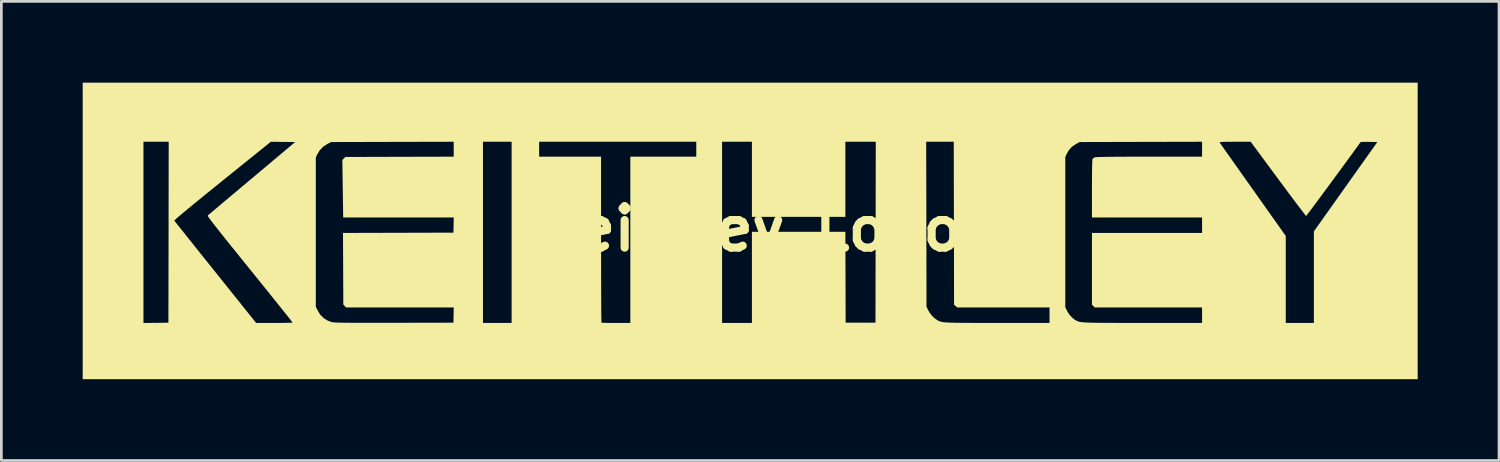
<source format=kicad_pcb>
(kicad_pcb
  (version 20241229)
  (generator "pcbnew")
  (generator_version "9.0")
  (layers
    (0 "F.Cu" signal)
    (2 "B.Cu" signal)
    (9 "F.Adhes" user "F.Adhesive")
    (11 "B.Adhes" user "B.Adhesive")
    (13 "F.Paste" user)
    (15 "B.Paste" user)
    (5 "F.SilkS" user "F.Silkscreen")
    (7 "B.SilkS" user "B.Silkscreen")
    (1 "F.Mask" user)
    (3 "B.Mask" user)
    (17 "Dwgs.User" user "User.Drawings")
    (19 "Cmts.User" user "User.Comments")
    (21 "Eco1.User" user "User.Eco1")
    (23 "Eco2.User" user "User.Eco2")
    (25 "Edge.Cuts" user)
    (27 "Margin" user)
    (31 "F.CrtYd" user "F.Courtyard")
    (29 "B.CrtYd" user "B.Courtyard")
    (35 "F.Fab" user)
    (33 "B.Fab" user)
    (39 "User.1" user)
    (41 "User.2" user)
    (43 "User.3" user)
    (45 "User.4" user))
  (footprint "Keithley_Logo"
    (layer "F.Cu")
    (at 24.596 5.393)
    (property "Reference" "Keithley_Logo" (at 0 0 0) (layer "F.SilkS") (effects (font (size 1.524 1.524) (thickness 0.3))))
    (attr board_only exclude_from_pos_files exclude_from_bom)
    (fp_poly (pts (xy 24.639 5.541) (xy -24.596 5.541) (xy -24.596 3.469) (xy -22.355 3.469) (xy -22.288 3.468) (xy -9.834 3.468) (xy -8.777 3.468) (xy -8.777 -2.665) (xy -7.762 -2.665) (xy -5.478 -2.665) (xy -5.478 0.388) (xy -5.478 0.744) (xy -5.477 1.088) (xy -5.477 1.419) (xy -5.476 1.733) (xy -5.475 2.028) (xy -5.474 2.303) (xy -5.473 2.553) (xy -5.472 2.779) (xy -5.471 2.976) (xy -5.47 3.142) (xy -5.468 3.275) (xy -5.467 3.373) (xy -5.465 3.434) (xy -5.464 3.454) (xy -5.439 3.458) (xy -5.379 3.462) (xy -5.288 3.465) (xy -5.172 3.467) (xy -5.037 3.468) (xy -4.924 3.468) (xy -4.399 3.468) (xy -1.015 3.468) (xy 0.085 3.468) (xy 0.085 0.106) (xy 3.532 0.106) (xy 3.537 1.782) (xy 3.542 3.458) (xy 4.642 3.458) (xy 4.648 0.122) (xy 4.653 -3.215) (xy 6.513 -3.215) (xy 6.519 -0.174) (xy 6.524 2.866) (xy 6.585 2.997) (xy 6.649 3.104) (xy 6.736 3.211) (xy 6.834 3.304) (xy 6.931 3.37) (xy 6.932 3.371) (xy 6.963 3.387) (xy 6.993 3.401) (xy 7.025 3.413) (xy 7.061 3.423) (xy 7.105 3.432) (xy 7.158 3.44) (xy 7.224 3.447) (xy 7.305 3.452) (xy 7.404 3.456) (xy 7.524 3.459) (xy 7.667 3.462) (xy 7.837 3.464) (xy 8.035 3.465) (xy 8.266 3.466) (xy 8.53 3.466) (xy 8.832 3.467) (xy 9.142 3.467) (xy 11.061 3.468) (xy 11.061 2.897) (xy 7.658 2.897) (xy 7.647 2.888) (xy 11.643 2.888) (xy 11.712 3.029) (xy 11.789 3.153) (xy 11.889 3.265) (xy 11.999 3.353) (xy 12.039 3.376) (xy 12.066 3.39) (xy 12.094 3.402) (xy 12.123 3.414) (xy 12.156 3.423) (xy 12.197 3.432) (xy 12.247 3.439) (xy 12.309 3.445) (xy 12.385 3.45) (xy 12.479 3.454) (xy 12.592 3.458) (xy 12.728 3.461) (xy 12.888 3.463) (xy 13.075 3.464) (xy 13.292 3.465) (xy 13.541 3.466) (xy 13.825 3.466) (xy 14.146 3.467) (xy 14.503 3.467) (xy 16.687 3.468) (xy 16.687 2.897) (xy 12.73 2.897) (xy 12.626 2.794) (xy 12.626 0.148) (xy 16.687 0.148) (xy 16.687 -0.423) (xy 12.626 -0.423) (xy 12.626 -1.482) (xy 12.626 -1.728) (xy 12.628 -1.949) (xy 12.63 -2.14) (xy 12.632 -2.3) (xy 12.636 -2.427) (xy 12.64 -2.517) (xy 12.644 -2.568) (xy 12.647 -2.579) (xy 12.68 -2.613) (xy 12.733 -2.641) (xy 12.734 -2.641) (xy 12.763 -2.646) (xy 12.824 -2.65) (xy 12.917 -2.653) (xy 13.045 -2.656) (xy 13.207 -2.659) (xy 13.406 -2.661) (xy 13.641 -2.662) (xy 13.916 -2.664) (xy 14.229 -2.664) (xy 14.584 -2.665) (xy 14.744 -2.665) (xy 16.687 -2.665) (xy 16.687 -3.188) (xy 17.335 -3.188) (xy 17.349 -3.168) (xy 17.386 -3.115) (xy 17.444 -3.032) (xy 17.522 -2.922) (xy 17.617 -2.787) (xy 17.728 -2.63) (xy 17.854 -2.452) (xy 17.993 -2.256) (xy 18.142 -2.044) (xy 18.301 -1.82) (xy 18.468 -1.584) (xy 18.563 -1.451) (xy 19.774 0.26) (xy 19.774 3.468) (xy 20.811 3.468) (xy 20.811 0.09) (xy 21.981 -1.557) (xy 23.151 -3.204) (xy 22.844 -3.21) (xy 22.715 -3.211) (xy 22.623 -3.21) (xy 22.563 -3.205) (xy 22.53 -3.197) (xy 22.52 -3.189) (xy 22.499 -3.156) (xy 22.455 -3.095) (xy 22.392 -3.006) (xy 22.311 -2.895) (xy 22.216 -2.763) (xy 22.107 -2.615) (xy 21.989 -2.453) (xy 21.862 -2.28) (xy 21.73 -2.099) (xy 21.594 -1.914) (xy 21.456 -1.728) (xy 21.32 -1.543) (xy 21.188 -1.363) (xy 21.061 -1.192) (xy 20.942 -1.032) (xy 20.834 -0.886) (xy 20.738 -0.757) (xy 20.657 -0.649) (xy 20.593 -0.565) (xy 20.549 -0.508) (xy 20.527 -0.48) (xy 20.525 -0.479) (xy 20.509 -0.495) (xy 20.471 -0.543) (xy 20.411 -0.62) (xy 20.332 -0.724) (xy 20.235 -0.851) (xy 20.123 -1) (xy 19.997 -1.167) (xy 19.86 -1.351) (xy 19.713 -1.548) (xy 19.558 -1.757) (xy 19.492 -1.846) (xy 18.48 -3.215) (xy 17.899 -3.215) (xy 17.722 -3.214) (xy 17.583 -3.213) (xy 17.478 -3.211) (xy 17.405 -3.207) (xy 17.36 -3.202) (xy 17.337 -3.196) (xy 17.335 -3.188) (xy 16.687 -3.188) (xy 16.687 -3.215) (xy 14.429 -3.21) (xy 12.171 -3.204) (xy 12.039 -3.132) (xy 11.891 -3.032) (xy 11.777 -2.908) (xy 11.698 -2.773) (xy 11.643 -2.654) (xy 11.643 2.888) (xy 7.647 2.888) (xy 7.599 2.846) (xy 7.54 2.795) (xy 7.529 -3.215) (xy 6.513 -3.215) (xy 4.653 -3.215) (xy 3.532 -3.215) (xy 3.532 -0.444) (xy 0.085 -0.444) (xy 0.085 -3.215) (xy -1.015 -3.215) (xy -1.015 3.468) (xy -4.399 3.468) (xy -4.399 -2.665) (xy -1.967 -2.665) (xy -1.967 -3.215) (xy -7.762 -3.215) (xy -7.762 -2.665) (xy -8.777 -2.665) (xy -8.777 -3.215) (xy -9.834 -3.215) (xy -9.834 3.468) (xy -22.288 3.468) (xy -21.895 3.464) (xy -21.435 3.458) (xy -21.429 0.122) (xy -21.429 -0.306) (xy -21.217 -0.306) (xy -21.202 -0.287) (xy -21.162 -0.236) (xy -21.1 -0.157) (xy -21.015 -0.051) (xy -20.911 0.08) (xy -20.789 0.233) (xy -20.651 0.406) (xy -20.498 0.597) (xy -20.332 0.805) (xy -20.155 1.027) (xy -19.968 1.26) (xy -19.773 1.503) (xy -19.7 1.594) (xy -18.199 3.468) (xy -17.527 3.468) (xy -17.364 3.468) (xy -17.214 3.466) (xy -17.084 3.464) (xy -16.979 3.461) (xy -16.903 3.458) (xy -16.862 3.454) (xy -16.856 3.451) (xy -16.869 3.433) (xy -16.907 3.384) (xy -16.968 3.306) (xy -17.051 3.201) (xy -17.155 3.072) (xy -17.276 2.92) (xy -17.319 2.866) (xy -15.999 2.866) (xy -15.933 3.003) (xy -15.836 3.162) (xy -15.71 3.289) (xy -15.558 3.383) (xy -15.417 3.435) (xy -15.393 3.44) (xy -15.361 3.444) (xy -15.317 3.448) (xy -15.259 3.452) (xy -15.185 3.454) (xy -15.092 3.457) (xy -14.978 3.459) (xy -14.841 3.46) (xy -14.678 3.462) (xy -14.487 3.462) (xy -14.265 3.463) (xy -14.009 3.463) (xy -13.718 3.463) (xy -13.389 3.462) (xy -13.112 3.462) (xy -10.923 3.458) (xy -10.918 3.178) (xy -10.912 2.897) (xy -14.882 2.897) (xy -14.933 2.843) (xy -14.984 2.788) (xy -14.99 1.468) (xy -14.996 0.148) (xy -10.923 0.137) (xy -10.912 -0.423) (xy -14.989 -0.423) (xy -15.005 -1.483) (xy -15.02 -2.543) (xy -14.965 -2.599) (xy -14.909 -2.654) (xy -12.911 -2.66) (xy -10.913 -2.665) (xy -10.913 -3.215) (xy -13.171 -3.21) (xy -15.429 -3.204) (xy -15.569 -3.135) (xy -15.723 -3.036) (xy -15.85 -2.906) (xy -15.943 -2.753) (xy -15.999 -2.633) (xy -15.999 2.866) (xy -17.319 2.866) (xy -17.415 2.747) (xy -17.568 2.556) (xy -17.735 2.348) (xy -17.914 2.126) (xy -18.104 1.891) (xy -18.301 1.646) (xy -18.434 1.482) (xy -18.677 1.181) (xy -18.895 0.911) (xy -19.089 0.671) (xy -19.259 0.459) (xy -19.408 0.273) (xy -19.537 0.111) (xy -19.646 -0.027) (xy -19.738 -0.143) (xy -19.813 -0.24) (xy -19.872 -0.319) (xy -19.918 -0.381) (xy -19.951 -0.428) (xy -19.972 -0.461) (xy -19.982 -0.483) (xy -19.984 -0.494) (xy -19.983 -0.496) (xy -19.963 -0.513) (xy -19.913 -0.556) (xy -19.835 -0.621) (xy -19.731 -0.709) (xy -19.604 -0.816) (xy -19.456 -0.941) (xy -19.288 -1.082) (xy -19.104 -1.236) (xy -18.905 -1.403) (xy -18.695 -1.58) (xy -18.474 -1.766) (xy -18.357 -1.863) (xy -16.761 -3.204) (xy -17.657 -3.215) (xy -19.445 -1.774) (xy -19.771 -1.51) (xy -20.064 -1.273) (xy -20.324 -1.062) (xy -20.551 -0.876) (xy -20.744 -0.717) (xy -20.905 -0.584) (xy -21.032 -0.477) (xy -21.126 -0.395) (xy -21.187 -0.34) (xy -21.215 -0.311) (xy -21.217 -0.306) (xy -21.429 -0.306) (xy -21.424 -3.215) (xy -22.355 -3.215) (xy -22.355 3.469) (xy -24.596 3.469) (xy -24.596 -5.393) (xy 24.639 -5.393)) (stroke (width 0) (type solid)) (fill yes) (layer "F.SilkS")))
  (gr_rect
    (start -3 -3)
    (end 52.235 13.934)
    (stroke (width 0.1) (type default))
    (fill no)
    (layer "Edge.Cuts")))
</source>
